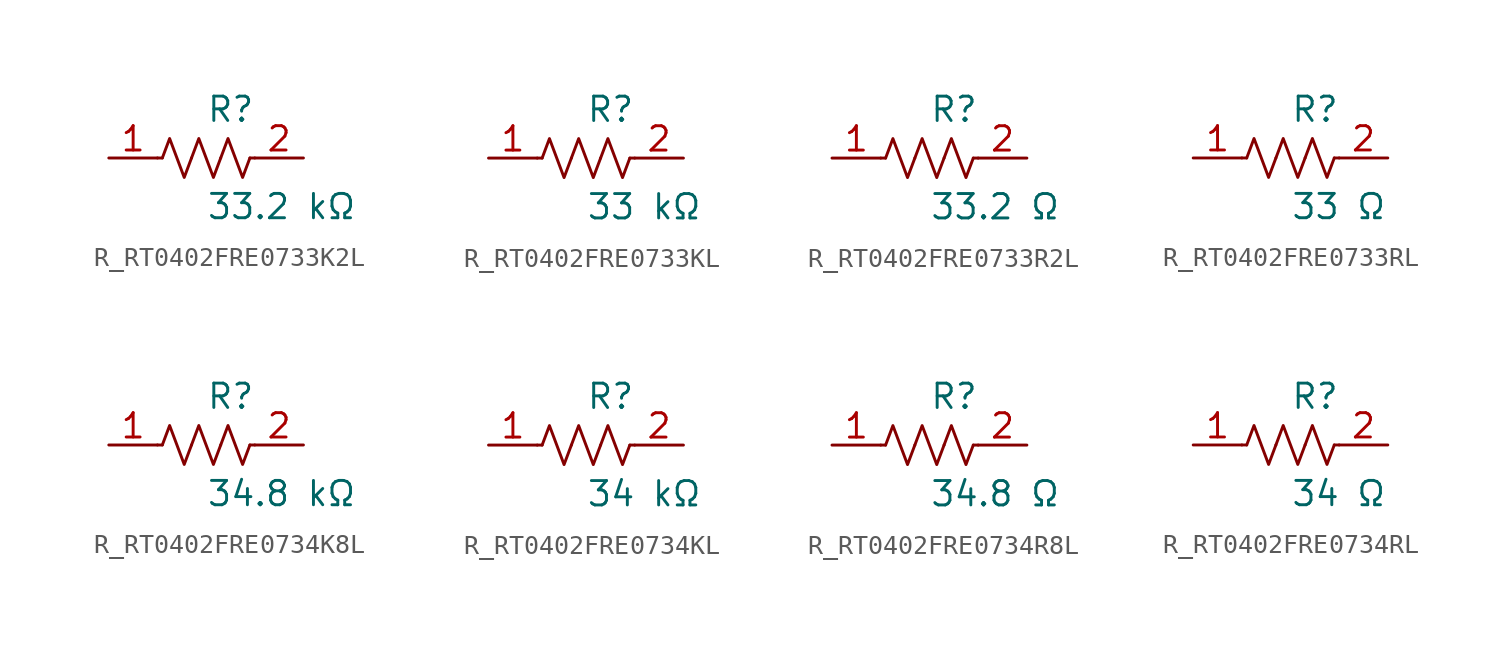
<source format=kicad_sym>
(kicad_symbol_lib
  (version 20231120)
  (generator kicad_symbol_editor)
  (generator_version 8.0)
  (symbol "R_RT0402FRE0733K2L"
    (pin_names
      (offset 0.254))
    (property "Reference" "R"
      (at 0.0 2.54 0)
      (effects (font (size 1.27 1.27)) (justify left)))
    (property "Value" "33.2 kΩ"
      (at 0.0 -2.54 0)
      (effects (font (size 1.27 1.27)) (justify left)))
    (symbol "R_RT0402FRE0733K2L_0_1"
      (polyline (pts (xy 2.286 0) (xy 2.54 0)) (stroke (width 0) (type default)) (fill (type none)))
      (polyline (pts (xy -2.286 0) (xy -2.54 0)) (stroke (width 0) (type default)) (fill (type none)))
      (polyline (pts (xy 0.762 0) (xy 1.143 1.016) (xy 1.524 0) (xy 1.905 -1.016) (xy 2.286 0)) (stroke (width 0) (type default)) (fill (type none)))
      (polyline (pts (xy -0.762 0) (xy -0.381 1.016) (xy 0 0) (xy 0.381 -1.016) (xy 0.762 0)) (stroke (width 0) (type default)) (fill (type none)))
      (polyline (pts (xy -2.286 0) (xy -1.905 1.016) (xy -1.524 0) (xy -1.143 -1.016) (xy -0.762 0)) (stroke (width 0) (type default)) (fill (type none))))
    (pin unspecified line
      (at -5.08 0 0)
      (length 2.54)
      (name "" (effects (font (size 1.27 1.27))))
      (number "1" (effects (font (size 1.27 1.27)))))
    (pin unspecified line
      (at 5.08 0 180)
      (length 2.54)
      (name "" (effects (font (size 1.27 1.27))))
      (number "2" (effects (font (size 1.27 1.27))))))
  (symbol "R_RT0402FRE0733KL"
    (pin_names
      (offset 0.254))
    (property "Reference" "R"
      (at 0.0 2.54 0)
      (effects (font (size 1.27 1.27)) (justify left)))
    (property "Value" "33 kΩ"
      (at 0.0 -2.54 0)
      (effects (font (size 1.27 1.27)) (justify left)))
    (symbol "R_RT0402FRE0733KL_0_1"
      (polyline (pts (xy 2.286 0) (xy 2.54 0)) (stroke (width 0) (type default)) (fill (type none)))
      (polyline (pts (xy -2.286 0) (xy -2.54 0)) (stroke (width 0) (type default)) (fill (type none)))
      (polyline (pts (xy 0.762 0) (xy 1.143 1.016) (xy 1.524 0) (xy 1.905 -1.016) (xy 2.286 0)) (stroke (width 0) (type default)) (fill (type none)))
      (polyline (pts (xy -0.762 0) (xy -0.381 1.016) (xy 0 0) (xy 0.381 -1.016) (xy 0.762 0)) (stroke (width 0) (type default)) (fill (type none)))
      (polyline (pts (xy -2.286 0) (xy -1.905 1.016) (xy -1.524 0) (xy -1.143 -1.016) (xy -0.762 0)) (stroke (width 0) (type default)) (fill (type none))))
    (pin unspecified line
      (at -5.08 0 0)
      (length 2.54)
      (name "" (effects (font (size 1.27 1.27))))
      (number "1" (effects (font (size 1.27 1.27)))))
    (pin unspecified line
      (at 5.08 0 180)
      (length 2.54)
      (name "" (effects (font (size 1.27 1.27))))
      (number "2" (effects (font (size 1.27 1.27))))))
  (symbol "R_RT0402FRE0733R2L"
    (pin_names
      (offset 0.254))
    (property "Reference" "R"
      (at 0.0 2.54 0)
      (effects (font (size 1.27 1.27)) (justify left)))
    (property "Value" "33.2 Ω"
      (at 0.0 -2.54 0)
      (effects (font (size 1.27 1.27)) (justify left)))
    (symbol "R_RT0402FRE0733R2L_0_1"
      (polyline (pts (xy 2.286 0) (xy 2.54 0)) (stroke (width 0) (type default)) (fill (type none)))
      (polyline (pts (xy -2.286 0) (xy -2.54 0)) (stroke (width 0) (type default)) (fill (type none)))
      (polyline (pts (xy 0.762 0) (xy 1.143 1.016) (xy 1.524 0) (xy 1.905 -1.016) (xy 2.286 0)) (stroke (width 0) (type default)) (fill (type none)))
      (polyline (pts (xy -0.762 0) (xy -0.381 1.016) (xy 0 0) (xy 0.381 -1.016) (xy 0.762 0)) (stroke (width 0) (type default)) (fill (type none)))
      (polyline (pts (xy -2.286 0) (xy -1.905 1.016) (xy -1.524 0) (xy -1.143 -1.016) (xy -0.762 0)) (stroke (width 0) (type default)) (fill (type none))))
    (pin unspecified line
      (at -5.08 0 0)
      (length 2.54)
      (name "" (effects (font (size 1.27 1.27))))
      (number "1" (effects (font (size 1.27 1.27)))))
    (pin unspecified line
      (at 5.08 0 180)
      (length 2.54)
      (name "" (effects (font (size 1.27 1.27))))
      (number "2" (effects (font (size 1.27 1.27))))))
  (symbol "R_RT0402FRE0733RL"
    (pin_names
      (offset 0.254))
    (property "Reference" "R"
      (at 0.0 2.54 0)
      (effects (font (size 1.27 1.27)) (justify left)))
    (property "Value" "33 Ω"
      (at 0.0 -2.54 0)
      (effects (font (size 1.27 1.27)) (justify left)))
    (symbol "R_RT0402FRE0733RL_0_1"
      (polyline (pts (xy 2.286 0) (xy 2.54 0)) (stroke (width 0) (type default)) (fill (type none)))
      (polyline (pts (xy -2.286 0) (xy -2.54 0)) (stroke (width 0) (type default)) (fill (type none)))
      (polyline (pts (xy 0.762 0) (xy 1.143 1.016) (xy 1.524 0) (xy 1.905 -1.016) (xy 2.286 0)) (stroke (width 0) (type default)) (fill (type none)))
      (polyline (pts (xy -0.762 0) (xy -0.381 1.016) (xy 0 0) (xy 0.381 -1.016) (xy 0.762 0)) (stroke (width 0) (type default)) (fill (type none)))
      (polyline (pts (xy -2.286 0) (xy -1.905 1.016) (xy -1.524 0) (xy -1.143 -1.016) (xy -0.762 0)) (stroke (width 0) (type default)) (fill (type none))))
    (pin unspecified line
      (at -5.08 0 0)
      (length 2.54)
      (name "" (effects (font (size 1.27 1.27))))
      (number "1" (effects (font (size 1.27 1.27)))))
    (pin unspecified line
      (at 5.08 0 180)
      (length 2.54)
      (name "" (effects (font (size 1.27 1.27))))
      (number "2" (effects (font (size 1.27 1.27))))))
  (symbol "R_RT0402FRE0734K8L"
    (pin_names
      (offset 0.254))
    (property "Reference" "R"
      (at 0.0 2.54 0)
      (effects (font (size 1.27 1.27)) (justify left)))
    (property "Value" "34.8 kΩ"
      (at 0.0 -2.54 0)
      (effects (font (size 1.27 1.27)) (justify left)))
    (symbol "R_RT0402FRE0734K8L_0_1"
      (polyline (pts (xy 2.286 0) (xy 2.54 0)) (stroke (width 0) (type default)) (fill (type none)))
      (polyline (pts (xy -2.286 0) (xy -2.54 0)) (stroke (width 0) (type default)) (fill (type none)))
      (polyline (pts (xy 0.762 0) (xy 1.143 1.016) (xy 1.524 0) (xy 1.905 -1.016) (xy 2.286 0)) (stroke (width 0) (type default)) (fill (type none)))
      (polyline (pts (xy -0.762 0) (xy -0.381 1.016) (xy 0 0) (xy 0.381 -1.016) (xy 0.762 0)) (stroke (width 0) (type default)) (fill (type none)))
      (polyline (pts (xy -2.286 0) (xy -1.905 1.016) (xy -1.524 0) (xy -1.143 -1.016) (xy -0.762 0)) (stroke (width 0) (type default)) (fill (type none))))
    (pin unspecified line
      (at -5.08 0 0)
      (length 2.54)
      (name "" (effects (font (size 1.27 1.27))))
      (number "1" (effects (font (size 1.27 1.27)))))
    (pin unspecified line
      (at 5.08 0 180)
      (length 2.54)
      (name "" (effects (font (size 1.27 1.27))))
      (number "2" (effects (font (size 1.27 1.27))))))
  (symbol "R_RT0402FRE0734KL"
    (pin_names
      (offset 0.254))
    (property "Reference" "R"
      (at 0.0 2.54 0)
      (effects (font (size 1.27 1.27)) (justify left)))
    (property "Value" "34 kΩ"
      (at 0.0 -2.54 0)
      (effects (font (size 1.27 1.27)) (justify left)))
    (symbol "R_RT0402FRE0734KL_0_1"
      (polyline (pts (xy 2.286 0) (xy 2.54 0)) (stroke (width 0) (type default)) (fill (type none)))
      (polyline (pts (xy -2.286 0) (xy -2.54 0)) (stroke (width 0) (type default)) (fill (type none)))
      (polyline (pts (xy 0.762 0) (xy 1.143 1.016) (xy 1.524 0) (xy 1.905 -1.016) (xy 2.286 0)) (stroke (width 0) (type default)) (fill (type none)))
      (polyline (pts (xy -0.762 0) (xy -0.381 1.016) (xy 0 0) (xy 0.381 -1.016) (xy 0.762 0)) (stroke (width 0) (type default)) (fill (type none)))
      (polyline (pts (xy -2.286 0) (xy -1.905 1.016) (xy -1.524 0) (xy -1.143 -1.016) (xy -0.762 0)) (stroke (width 0) (type default)) (fill (type none))))
    (pin unspecified line
      (at -5.08 0 0)
      (length 2.54)
      (name "" (effects (font (size 1.27 1.27))))
      (number "1" (effects (font (size 1.27 1.27)))))
    (pin unspecified line
      (at 5.08 0 180)
      (length 2.54)
      (name "" (effects (font (size 1.27 1.27))))
      (number "2" (effects (font (size 1.27 1.27))))))
  (symbol "R_RT0402FRE0734R8L"
    (pin_names
      (offset 0.254))
    (property "Reference" "R"
      (at 0.0 2.54 0)
      (effects (font (size 1.27 1.27)) (justify left)))
    (property "Value" "34.8 Ω"
      (at 0.0 -2.54 0)
      (effects (font (size 1.27 1.27)) (justify left)))
    (symbol "R_RT0402FRE0734R8L_0_1"
      (polyline (pts (xy 2.286 0) (xy 2.54 0)) (stroke (width 0) (type default)) (fill (type none)))
      (polyline (pts (xy -2.286 0) (xy -2.54 0)) (stroke (width 0) (type default)) (fill (type none)))
      (polyline (pts (xy 0.762 0) (xy 1.143 1.016) (xy 1.524 0) (xy 1.905 -1.016) (xy 2.286 0)) (stroke (width 0) (type default)) (fill (type none)))
      (polyline (pts (xy -0.762 0) (xy -0.381 1.016) (xy 0 0) (xy 0.381 -1.016) (xy 0.762 0)) (stroke (width 0) (type default)) (fill (type none)))
      (polyline (pts (xy -2.286 0) (xy -1.905 1.016) (xy -1.524 0) (xy -1.143 -1.016) (xy -0.762 0)) (stroke (width 0) (type default)) (fill (type none))))
    (pin unspecified line
      (at -5.08 0 0)
      (length 2.54)
      (name "" (effects (font (size 1.27 1.27))))
      (number "1" (effects (font (size 1.27 1.27)))))
    (pin unspecified line
      (at 5.08 0 180)
      (length 2.54)
      (name "" (effects (font (size 1.27 1.27))))
      (number "2" (effects (font (size 1.27 1.27))))))
  (symbol "R_RT0402FRE0734RL"
    (pin_names
      (offset 0.254))
    (property "Reference" "R"
      (at 0.0 2.54 0)
      (effects (font (size 1.27 1.27)) (justify left)))
    (property "Value" "34 Ω"
      (at 0.0 -2.54 0)
      (effects (font (size 1.27 1.27)) (justify left)))
    (symbol "R_RT0402FRE0734RL_0_1"
      (polyline (pts (xy 2.286 0) (xy 2.54 0)) (stroke (width 0) (type default)) (fill (type none)))
      (polyline (pts (xy -2.286 0) (xy -2.54 0)) (stroke (width 0) (type default)) (fill (type none)))
      (polyline (pts (xy 0.762 0) (xy 1.143 1.016) (xy 1.524 0) (xy 1.905 -1.016) (xy 2.286 0)) (stroke (width 0) (type default)) (fill (type none)))
      (polyline (pts (xy -0.762 0) (xy -0.381 1.016) (xy 0 0) (xy 0.381 -1.016) (xy 0.762 0)) (stroke (width 0) (type default)) (fill (type none)))
      (polyline (pts (xy -2.286 0) (xy -1.905 1.016) (xy -1.524 0) (xy -1.143 -1.016) (xy -0.762 0)) (stroke (width 0) (type default)) (fill (type none))))
    (pin unspecified line
      (at -5.08 0 0)
      (length 2.54)
      (name "" (effects (font (size 1.27 1.27))))
      (number "1" (effects (font (size 1.27 1.27)))))
    (pin unspecified line
      (at 5.08 0 180)
      (length 2.54)
      (name "" (effects (font (size 1.27 1.27))))
      (number "2" (effects (font (size 1.27 1.27)))))))
</source>
